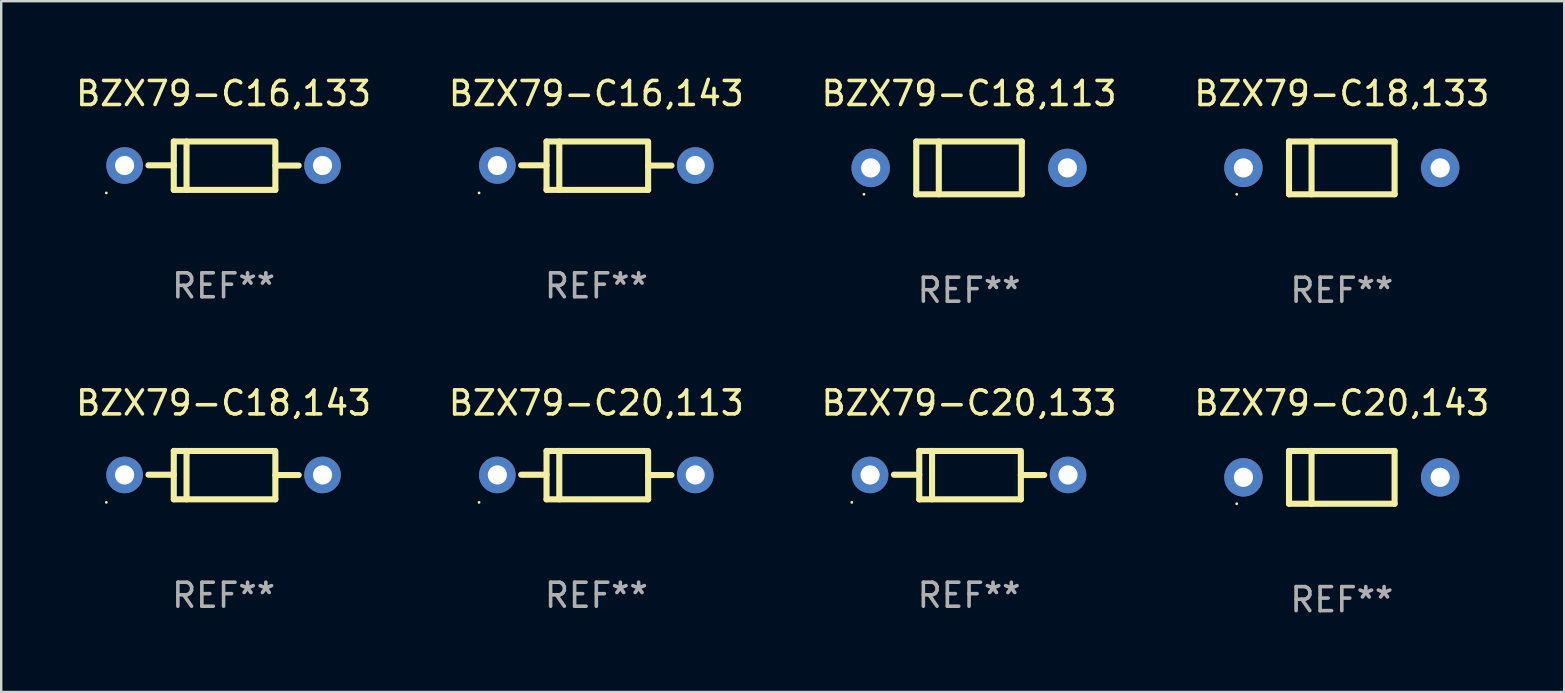
<source format=kicad_pcb>
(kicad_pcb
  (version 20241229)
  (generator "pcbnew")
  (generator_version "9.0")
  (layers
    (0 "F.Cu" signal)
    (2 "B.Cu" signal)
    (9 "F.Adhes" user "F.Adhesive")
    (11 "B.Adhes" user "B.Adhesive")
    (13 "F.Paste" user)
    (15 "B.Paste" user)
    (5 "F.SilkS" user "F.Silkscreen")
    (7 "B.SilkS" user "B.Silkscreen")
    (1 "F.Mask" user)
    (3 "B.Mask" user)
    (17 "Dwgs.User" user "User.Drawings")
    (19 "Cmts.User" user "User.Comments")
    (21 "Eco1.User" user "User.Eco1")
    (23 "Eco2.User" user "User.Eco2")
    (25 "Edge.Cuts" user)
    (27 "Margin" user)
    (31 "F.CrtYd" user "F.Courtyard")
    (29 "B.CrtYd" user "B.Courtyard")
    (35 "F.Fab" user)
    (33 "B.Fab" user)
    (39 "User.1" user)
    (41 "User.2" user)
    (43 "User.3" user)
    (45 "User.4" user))
  (footprint "BZX79-C20,143"
    (layer "F.Cu")
    (at 52.875 16.845)
    (property "Reference" "BZX79-C20,143" (at 0 -3.1 0) (layer "F.SilkS") (effects (font (size 1 1) (thickness 0.15))))
    (attr through_hole)
    (fp_line (start -2.2 -1.1) (end -2.2 1.1) (stroke (width 0.254) (type solid)) (layer "F.SilkS"))
    (fp_line (start -2.2 -1.1) (end 2.2 -1.1) (stroke (width 0.254) (type solid)) (layer "F.SilkS"))
    (fp_line (start -2.2 1.1) (end 2.2 1.1) (stroke (width 0.254) (type solid)) (layer "F.SilkS"))
    (fp_line (start -1.261 -1.1) (end -1.261 1.1) (stroke (width 0.254) (type solid)) (layer "F.SilkS"))
    (fp_line (start 2.2 -1.1) (end 2.2 1.1) (stroke (width 0.254) (type solid)) (layer "F.SilkS"))
    (fp_circle (center -4.38 1.1) (end -4.35 1.1) (stroke (width 0.06) (type solid)) (fill no) (layer "F.SilkS"))
    (fp_text user "REF**" (at 0 5.1 0) (layer "F.Fab") (effects (font (size 1 1) (thickness 0.15))))
    (pad "1" thru_hole circle (at -4.1 0) (size 1.6 1.6) (drill 0.8) (layers "*.Cu" "*.Mask"))
    (pad "2" thru_hole circle (at 4.1 0) (size 1.6 1.6) (drill 0.8) (layers "*.Cu" "*.Mask")))
  (footprint "BZX79-C18,113"
    (layer "F.Cu")
    (at 37.339 3.948)
    (property "Reference" "BZX79-C18,113" (at 0 -3.1 0) (layer "F.SilkS") (effects (font (size 1 1) (thickness 0.15))))
    (attr through_hole)
    (fp_line (start -2.2 -1.1) (end -2.2 1.1) (stroke (width 0.254) (type solid)) (layer "F.SilkS"))
    (fp_line (start -2.2 -1.1) (end 2.2 -1.1) (stroke (width 0.254) (type solid)) (layer "F.SilkS"))
    (fp_line (start -2.2 1.1) (end 2.2 1.1) (stroke (width 0.254) (type solid)) (layer "F.SilkS"))
    (fp_line (start -1.261 -1.1) (end -1.261 1.1) (stroke (width 0.254) (type solid)) (layer "F.SilkS"))
    (fp_line (start 2.2 -1.1) (end 2.2 1.1) (stroke (width 0.254) (type solid)) (layer "F.SilkS"))
    (fp_circle (center -4.38 1.1) (end -4.35 1.1) (stroke (width 0.06) (type solid)) (fill no) (layer "F.SilkS"))
    (fp_text user "REF**" (at 0 5.1 0) (layer "F.Fab") (effects (font (size 1 1) (thickness 0.15))))
    (pad "1" thru_hole circle (at -4.1 0) (size 1.6 1.6) (drill 0.8) (layers "*.Cu" "*.Mask"))
    (pad "2" thru_hole circle (at 4.1 0) (size 1.6 1.6) (drill 0.8) (layers "*.Cu" "*.Mask")))
  (footprint "BZX79-C18,143"
    (layer "F.Cu")
    (at 6.268 16.753)
    (property "Reference" "BZX79-C18,143" (at 0 -3.008 0) (layer "F.SilkS") (effects (font (size 1 1) (thickness 0.15))))
    (attr through_hole)
    (fp_line (start -2.075 -1.008) (end -2.075 1.008) (stroke (width 0.254) (type solid)) (layer "F.SilkS"))
    (fp_line (start -2.075 -0.017) (end -3.132 -0.017) (stroke (width 0.254) (type solid)) (layer "F.SilkS"))
    (fp_line (start -2.075 1.008) (end 2.159 1.008) (stroke (width 0.254) (type solid)) (layer "F.SilkS"))
    (fp_line (start -1.543 -1.008) (end -1.543 1.008) (stroke (width 0.254) (type solid)) (layer "F.SilkS"))
    (fp_line (start 2.075 -1.008) (end -2.075 -1.008) (stroke (width 0.254) (type solid)) (layer "F.SilkS"))
    (fp_line (start 2.159 -0.005) (end 3.132 -0.005) (stroke (width 0.254) (type solid)) (layer "F.SilkS"))
    (fp_line (start 2.159 1.008) (end 2.159 -1.008) (stroke (width 0.254) (type solid)) (layer "F.SilkS"))
    (fp_circle (center -4.887 1.135) (end -4.857 1.135) (stroke (width 0.06) (type solid)) (fill no) (layer "F.SilkS"))
    (fp_text user "REF**" (at 0 5.008 0) (layer "F.Fab") (effects (font (size 1 1) (thickness 0.15))))
    (pad "1" thru_hole circle (at -4.125 -0.008) (size 1.524 1.524) (drill 0.8) (layers "*.Cu" "*.Mask"))
    (pad "2" thru_hole circle (at 4.125 -0.008) (size 1.524 1.524) (drill 0.8) (layers "*.Cu" "*.Mask")))
  (footprint "BZX79-C16,133"
    (layer "F.Cu")
    (at 6.268 3.856)
    (property "Reference" "BZX79-C16,133" (at 0 -3.008 0) (layer "F.SilkS") (effects (font (size 1 1) (thickness 0.15))))
    (attr through_hole)
    (fp_line (start -2.075 -1.008) (end -2.075 1.008) (stroke (width 0.254) (type solid)) (layer "F.SilkS"))
    (fp_line (start -2.075 -0.017) (end -3.132 -0.017) (stroke (width 0.254) (type solid)) (layer "F.SilkS"))
    (fp_line (start -2.075 1.008) (end 2.159 1.008) (stroke (width 0.254) (type solid)) (layer "F.SilkS"))
    (fp_line (start -1.543 -1.008) (end -1.543 1.008) (stroke (width 0.254) (type solid)) (layer "F.SilkS"))
    (fp_line (start 2.075 -1.008) (end -2.075 -1.008) (stroke (width 0.254) (type solid)) (layer "F.SilkS"))
    (fp_line (start 2.159 -0.005) (end 3.132 -0.005) (stroke (width 0.254) (type solid)) (layer "F.SilkS"))
    (fp_line (start 2.159 1.008) (end 2.159 -1.008) (stroke (width 0.254) (type solid)) (layer "F.SilkS"))
    (fp_circle (center -4.887 1.135) (end -4.857 1.135) (stroke (width 0.06) (type solid)) (fill no) (layer "F.SilkS"))
    (fp_text user "REF**" (at 0 5.008 0) (layer "F.Fab") (effects (font (size 1 1) (thickness 0.15))))
    (pad "1" thru_hole circle (at -4.125 -0.008) (size 1.524 1.524) (drill 0.8) (layers "*.Cu" "*.Mask"))
    (pad "2" thru_hole circle (at 4.125 -0.008) (size 1.524 1.524) (drill 0.8) (layers "*.Cu" "*.Mask")))
  (footprint "BZX79-C18,133"
    (layer "F.Cu")
    (at 52.875 3.948)
    (property "Reference" "BZX79-C18,133" (at 0 -3.1 0) (layer "F.SilkS") (effects (font (size 1 1) (thickness 0.15))))
    (attr through_hole)
    (fp_line (start -2.2 -1.1) (end -2.2 1.1) (stroke (width 0.254) (type solid)) (layer "F.SilkS"))
    (fp_line (start -2.2 -1.1) (end 2.2 -1.1) (stroke (width 0.254) (type solid)) (layer "F.SilkS"))
    (fp_line (start -2.2 1.1) (end 2.2 1.1) (stroke (width 0.254) (type solid)) (layer "F.SilkS"))
    (fp_line (start -1.261 -1.1) (end -1.261 1.1) (stroke (width 0.254) (type solid)) (layer "F.SilkS"))
    (fp_line (start 2.2 -1.1) (end 2.2 1.1) (stroke (width 0.254) (type solid)) (layer "F.SilkS"))
    (fp_circle (center -4.38 1.1) (end -4.35 1.1) (stroke (width 0.06) (type solid)) (fill no) (layer "F.SilkS"))
    (fp_text user "REF**" (at 0 5.1 0) (layer "F.Fab") (effects (font (size 1 1) (thickness 0.15))))
    (pad "1" thru_hole circle (at -4.1 0) (size 1.6 1.6) (drill 0.8) (layers "*.Cu" "*.Mask"))
    (pad "2" thru_hole circle (at 4.1 0) (size 1.6 1.6) (drill 0.8) (layers "*.Cu" "*.Mask")))
  (footprint "BZX79-C20,133"
    (layer "F.Cu")
    (at 37.339 16.753)
    (property "Reference" "BZX79-C20,133" (at 0 -3.008 0) (layer "F.SilkS") (effects (font (size 1 1) (thickness 0.15))))
    (attr through_hole)
    (fp_line (start -2.075 -1.008) (end -2.075 1.008) (stroke (width 0.254) (type solid)) (layer "F.SilkS"))
    (fp_line (start -2.075 -0.017) (end -3.132 -0.017) (stroke (width 0.254) (type solid)) (layer "F.SilkS"))
    (fp_line (start -2.075 1.008) (end 2.159 1.008) (stroke (width 0.254) (type solid)) (layer "F.SilkS"))
    (fp_line (start -1.543 -1.008) (end -1.543 1.008) (stroke (width 0.254) (type solid)) (layer "F.SilkS"))
    (fp_line (start 2.075 -1.008) (end -2.075 -1.008) (stroke (width 0.254) (type solid)) (layer "F.SilkS"))
    (fp_line (start 2.159 -0.005) (end 3.132 -0.005) (stroke (width 0.254) (type solid)) (layer "F.SilkS"))
    (fp_line (start 2.159 1.008) (end 2.159 -1.008) (stroke (width 0.254) (type solid)) (layer "F.SilkS"))
    (fp_circle (center -4.887 1.135) (end -4.857 1.135) (stroke (width 0.06) (type solid)) (fill no) (layer "F.SilkS"))
    (fp_text user "REF**" (at 0 5.008 0) (layer "F.Fab") (effects (font (size 1 1) (thickness 0.15))))
    (pad "1" thru_hole circle (at -4.125 -0.008) (size 1.524 1.524) (drill 0.8) (layers "*.Cu" "*.Mask"))
    (pad "2" thru_hole circle (at 4.125 -0.008) (size 1.524 1.524) (drill 0.8) (layers "*.Cu" "*.Mask")))
  (footprint "BZX79-C20,113"
    (layer "F.Cu")
    (at 21.804 16.753)
    (property "Reference" "BZX79-C20,113" (at 0 -3.008 0) (layer "F.SilkS") (effects (font (size 1 1) (thickness 0.15))))
    (attr through_hole)
    (fp_line (start -2.075 -1.008) (end -2.075 1.008) (stroke (width 0.254) (type solid)) (layer "F.SilkS"))
    (fp_line (start -2.075 -0.017) (end -3.132 -0.017) (stroke (width 0.254) (type solid)) (layer "F.SilkS"))
    (fp_line (start -2.075 1.008) (end 2.159 1.008) (stroke (width 0.254) (type solid)) (layer "F.SilkS"))
    (fp_line (start -1.543 -1.008) (end -1.543 1.008) (stroke (width 0.254) (type solid)) (layer "F.SilkS"))
    (fp_line (start 2.075 -1.008) (end -2.075 -1.008) (stroke (width 0.254) (type solid)) (layer "F.SilkS"))
    (fp_line (start 2.159 -0.005) (end 3.132 -0.005) (stroke (width 0.254) (type solid)) (layer "F.SilkS"))
    (fp_line (start 2.159 1.008) (end 2.159 -1.008) (stroke (width 0.254) (type solid)) (layer "F.SilkS"))
    (fp_circle (center -4.887 1.135) (end -4.857 1.135) (stroke (width 0.06) (type solid)) (fill no) (layer "F.SilkS"))
    (fp_text user "REF**" (at 0 5.008 0) (layer "F.Fab") (effects (font (size 1 1) (thickness 0.15))))
    (pad "1" thru_hole circle (at -4.125 -0.008) (size 1.524 1.524) (drill 0.8) (layers "*.Cu" "*.Mask"))
    (pad "2" thru_hole circle (at 4.125 -0.008) (size 1.524 1.524) (drill 0.8) (layers "*.Cu" "*.Mask")))
  (footprint "BZX79-C16,143"
    (layer "F.Cu")
    (at 21.804 3.856)
    (property "Reference" "BZX79-C16,143" (at 0 -3.008 0) (layer "F.SilkS") (effects (font (size 1 1) (thickness 0.15))))
    (attr through_hole)
    (fp_line (start -2.075 -1.008) (end -2.075 1.008) (stroke (width 0.254) (type solid)) (layer "F.SilkS"))
    (fp_line (start -2.075 -0.017) (end -3.132 -0.017) (stroke (width 0.254) (type solid)) (layer "F.SilkS"))
    (fp_line (start -2.075 1.008) (end 2.159 1.008) (stroke (width 0.254) (type solid)) (layer "F.SilkS"))
    (fp_line (start -1.543 -1.008) (end -1.543 1.008) (stroke (width 0.254) (type solid)) (layer "F.SilkS"))
    (fp_line (start 2.075 -1.008) (end -2.075 -1.008) (stroke (width 0.254) (type solid)) (layer "F.SilkS"))
    (fp_line (start 2.159 -0.005) (end 3.132 -0.005) (stroke (width 0.254) (type solid)) (layer "F.SilkS"))
    (fp_line (start 2.159 1.008) (end 2.159 -1.008) (stroke (width 0.254) (type solid)) (layer "F.SilkS"))
    (fp_circle (center -4.887 1.135) (end -4.857 1.135) (stroke (width 0.06) (type solid)) (fill no) (layer "F.SilkS"))
    (fp_text user "REF**" (at 0 5.008 0) (layer "F.Fab") (effects (font (size 1 1) (thickness 0.15))))
    (pad "1" thru_hole circle (at -4.125 -0.008) (size 1.524 1.524) (drill 0.8) (layers "*.Cu" "*.Mask"))
    (pad "2" thru_hole circle (at 4.125 -0.008) (size 1.524 1.524) (drill 0.8) (layers "*.Cu" "*.Mask")))
  (gr_rect
    (start -3 -3)
    (end 62.143 25.793)
    (stroke (width 0.1) (type default))
    (fill no)
    (layer "Edge.Cuts")))
</source>
